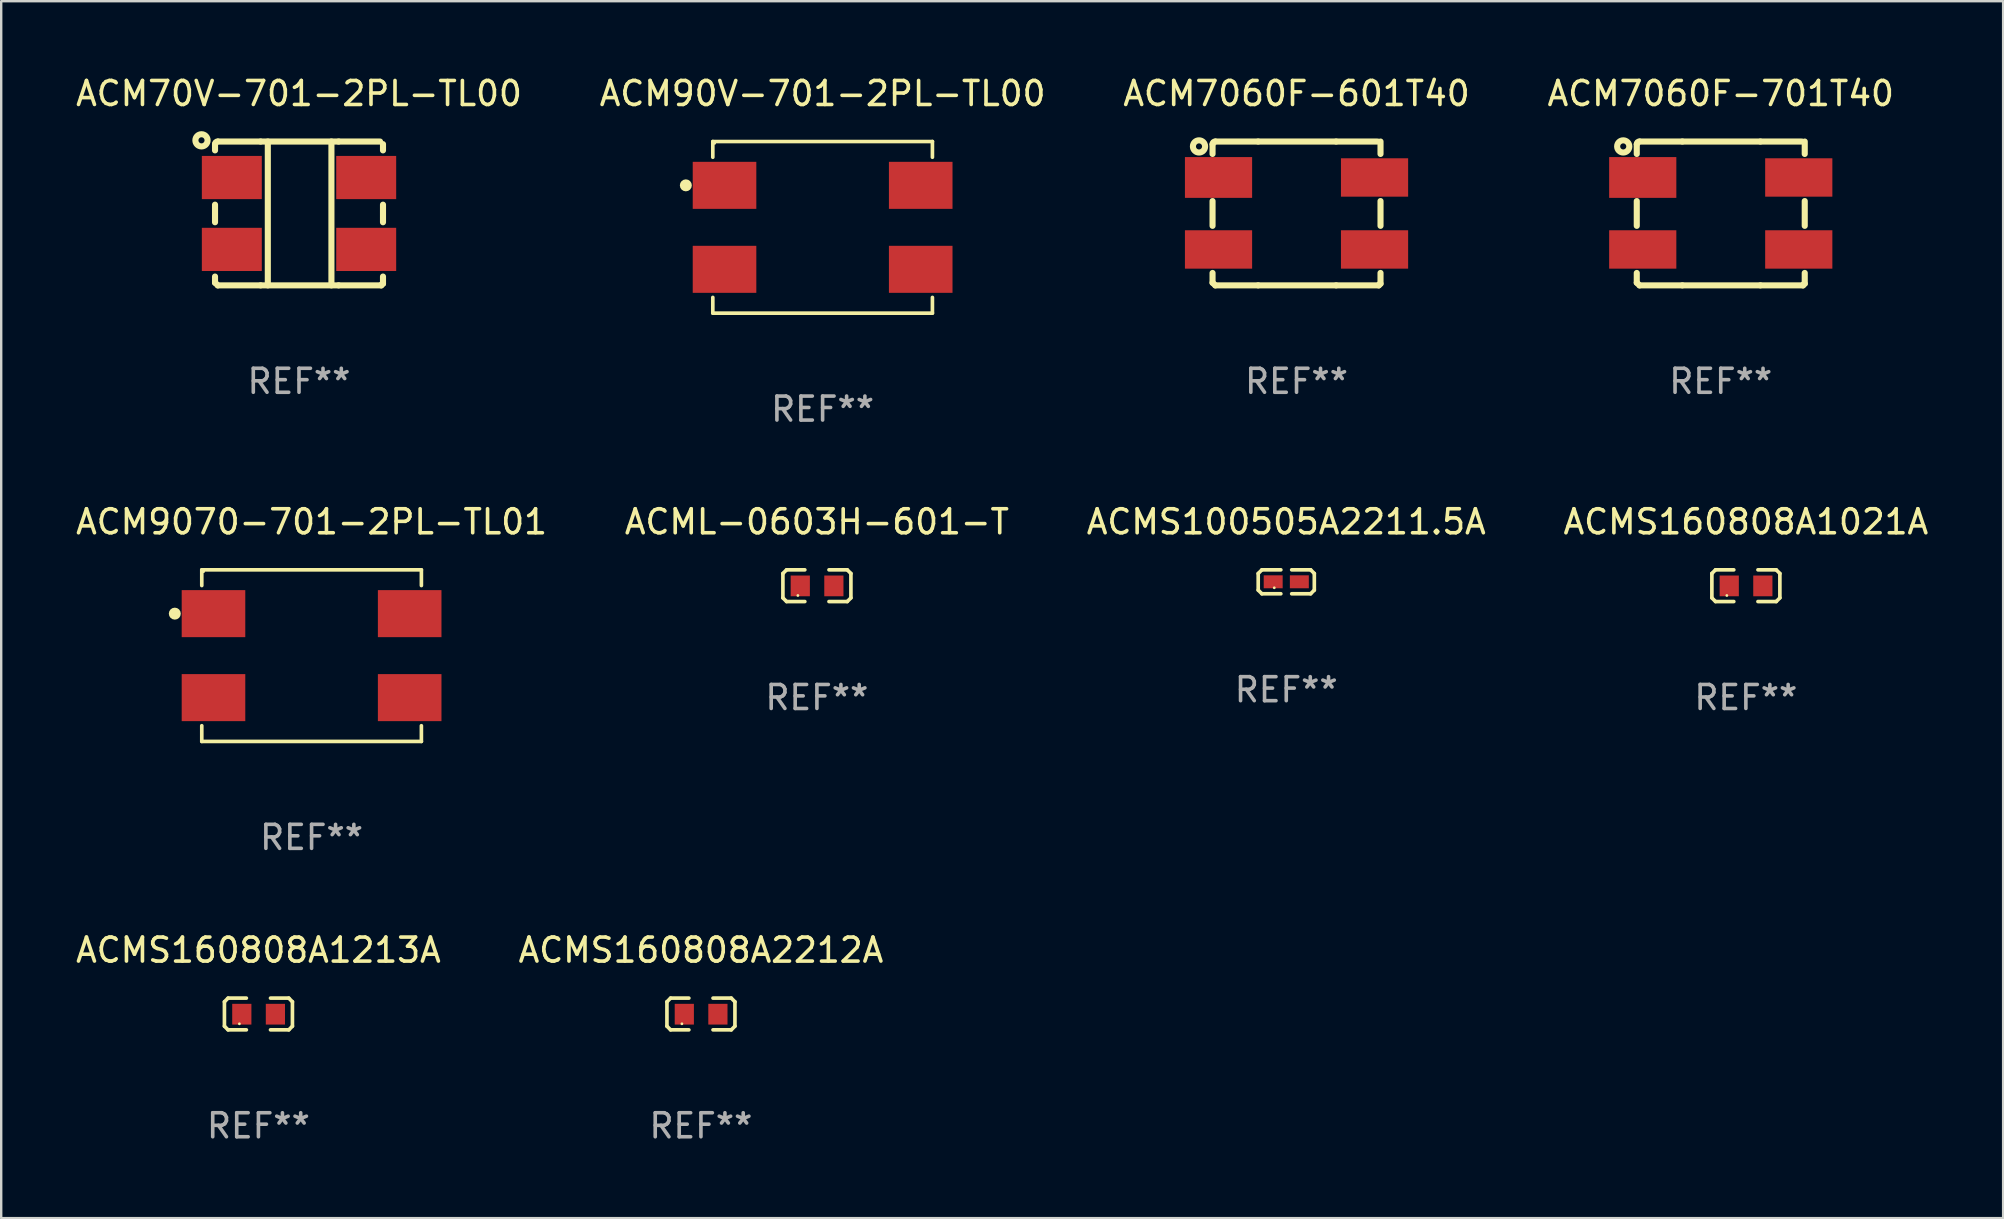
<source format=kicad_pcb>
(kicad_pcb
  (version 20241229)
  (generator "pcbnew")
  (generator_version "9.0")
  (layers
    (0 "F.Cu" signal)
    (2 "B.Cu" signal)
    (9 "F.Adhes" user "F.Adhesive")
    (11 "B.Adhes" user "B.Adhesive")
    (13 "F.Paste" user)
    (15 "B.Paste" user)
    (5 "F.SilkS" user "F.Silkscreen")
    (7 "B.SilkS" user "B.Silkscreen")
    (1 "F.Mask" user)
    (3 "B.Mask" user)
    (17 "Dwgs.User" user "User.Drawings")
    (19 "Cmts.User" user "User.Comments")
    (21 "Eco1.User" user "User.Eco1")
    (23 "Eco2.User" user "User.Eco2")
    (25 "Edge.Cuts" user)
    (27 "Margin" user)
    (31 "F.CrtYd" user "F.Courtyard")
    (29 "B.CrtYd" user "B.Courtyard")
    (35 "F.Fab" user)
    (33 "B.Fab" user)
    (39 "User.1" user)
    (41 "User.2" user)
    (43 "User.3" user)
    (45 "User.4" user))
  (footprint "ACMS100505A2211.5A"
    (layer "F.Cu")
    (at 50.554 21.196)
    (property "Reference" "ACMS100505A2211.5A" (at 0 -2.499 0) (layer "F.SilkS") (effects (font (size 1 1) (thickness 0.15))))
    (attr through_hole)
    (fp_line (start -1.169 -0.346) (end -1.016 -0.499) (stroke (width 0.152) (type solid)) (layer "F.SilkS"))
    (fp_line (start -1.169 0.346) (end -1.169 -0.346) (stroke (width 0.152) (type solid)) (layer "F.SilkS"))
    (fp_line (start -1.016 -0.499) (end -0.226 -0.499) (stroke (width 0.152) (type solid)) (layer "F.SilkS"))
    (fp_line (start -1.016 0.499) (end -1.169 0.346) (stroke (width 0.152) (type solid)) (layer "F.SilkS"))
    (fp_line (start -0.226 0.499) (end -1.016 0.499) (stroke (width 0.152) (type solid)) (layer "F.SilkS"))
    (fp_line (start 0.226 0.499) (end 1.016 0.499) (stroke (width 0.152) (type solid)) (layer "F.SilkS"))
    (fp_line (start 1.016 -0.499) (end 0.226 -0.499) (stroke (width 0.152) (type solid)) (layer "F.SilkS"))
    (fp_line (start 1.016 0.499) (end 1.169 0.346) (stroke (width 0.152) (type solid)) (layer "F.SilkS"))
    (fp_line (start 1.169 -0.346) (end 1.016 -0.499) (stroke (width 0.152) (type solid)) (layer "F.SilkS"))
    (fp_line (start 1.169 0.346) (end 1.169 -0.346) (stroke (width 0.152) (type solid)) (layer "F.SilkS"))
    (fp_circle (center -0.5 0.25) (end -0.47 0.25) (stroke (width 0.06) (type solid)) (fill no) (layer "F.SilkS"))
    (fp_text user "REF**" (at 0 4.499 0) (layer "F.Fab") (effects (font (size 1 1) (thickness 0.15))))
    (pad "1" smd rect (at -0.545 0) (size 0.79 0.54) (layers "F.Cu" "F.Mask" "F.Paste"))
    (pad "2" smd rect (at 0.545 0) (size 0.79 0.54) (layers "F.Cu" "F.Mask" "F.Paste")))
  (footprint "ACML-0603H-601-T"
    (layer "F.Cu")
    (at 30.994 21.358)
    (property "Reference" "ACML-0603H-601-T" (at 0 -2.661 0) (layer "F.SilkS") (effects (font (size 1 1) (thickness 0.15))))
    (attr through_hole)
    (fp_line (start -1.417 -0.508) (end -1.265 -0.661) (stroke (width 0.152) (type solid)) (layer "F.SilkS"))
    (fp_line (start -1.417 0.508) (end -1.417 -0.508) (stroke (width 0.152) (type solid)) (layer "F.SilkS"))
    (fp_line (start -1.265 -0.661) (end -0.503 -0.661) (stroke (width 0.152) (type solid)) (layer "F.SilkS"))
    (fp_line (start -1.265 0.661) (end -1.417 0.508) (stroke (width 0.152) (type solid)) (layer "F.SilkS"))
    (fp_line (start -1.265 0.661) (end -0.503 0.661) (stroke (width 0.152) (type solid)) (layer "F.SilkS"))
    (fp_line (start 1.265 -0.661) (end 0.503 -0.661) (stroke (width 0.152) (type solid)) (layer "F.SilkS"))
    (fp_line (start 1.265 -0.661) (end 1.417 -0.508) (stroke (width 0.152) (type solid)) (layer "F.SilkS"))
    (fp_line (start 1.265 0.661) (end 0.503 0.661) (stroke (width 0.152) (type solid)) (layer "F.SilkS"))
    (fp_line (start 1.417 -0.508) (end 1.417 0.508) (stroke (width 0.152) (type solid)) (layer "F.SilkS"))
    (fp_line (start 1.417 0.508) (end 1.265 0.661) (stroke (width 0.152) (type solid)) (layer "F.SilkS"))
    (fp_circle (center -0.793 0.409) (end -0.763 0.409) (stroke (width 0.06) (type solid)) (fill no) (layer "F.SilkS"))
    (fp_text user "REF**" (at 0 4.661 0) (layer "F.Fab") (effects (font (size 1 1) (thickness 0.15))))
    (pad "1" smd rect (at -0.693 0.009 180) (size 0.8 0.864) (layers "F.Cu" "F.Mask" "F.Paste"))
    (pad "2" smd rect (at 0.707 0.009 180) (size 0.8 0.864) (layers "F.Cu" "F.Mask" "F.Paste")))
  (footprint "ACM70V-701-2PL-TL00"
    (layer "F.Cu")
    (at 9.411 5.845)
    (property "Reference" "ACM70V-701-2PL-TL00" (at 0 -4.997 0) (layer "F.SilkS") (effects (font (size 1 1) (thickness 0.15))))
    (attr through_hole)
    (fp_line (start -3.5 -2.888) (end -3.5 -2.628) (stroke (width 0.254) (type solid)) (layer "F.SilkS"))
    (fp_line (start -3.5 -0.366) (end -3.5 0.367) (stroke (width 0.254) (type solid)) (layer "F.SilkS"))
    (fp_line (start -3.5 2.63) (end -3.5 2.888) (stroke (width 0.254) (type solid)) (layer "F.SilkS"))
    (fp_line (start -3.378 -2.997) (end -1.6 -2.997) (stroke (width 0.254) (type solid)) (layer "F.SilkS"))
    (fp_line (start -1.6 -2.997) (end 1.651 -2.997) (stroke (width 0.254) (type solid)) (layer "F.SilkS"))
    (fp_line (start -1.6 2.997) (end -3.378 2.997) (stroke (width 0.254) (type solid)) (layer "F.SilkS"))
    (fp_line (start -1.3 -2.997) (end -1.3 2.997) (stroke (width 0.254) (type solid)) (layer "F.SilkS"))
    (fp_line (start 1.351 -2.997) (end 1.351 2.997) (stroke (width 0.254) (type solid)) (layer "F.SilkS"))
    (fp_line (start 1.651 -2.997) (end 3.378 -2.997) (stroke (width 0.254) (type solid)) (layer "F.SilkS"))
    (fp_line (start 1.651 2.997) (end -1.6 2.997) (stroke (width 0.254) (type solid)) (layer "F.SilkS"))
    (fp_line (start 3.429 2.997) (end 1.651 2.997) (stroke (width 0.254) (type solid)) (layer "F.SilkS"))
    (fp_line (start 3.5 -2.888) (end 3.5 -2.628) (stroke (width 0.254) (type solid)) (layer "F.SilkS"))
    (fp_line (start 3.5 -0.366) (end 3.5 0.367) (stroke (width 0.254) (type solid)) (layer "F.SilkS"))
    (fp_line (start 3.5 2.63) (end 3.5 2.929) (stroke (width 0.254) (type solid)) (layer "F.SilkS"))
    (fp_arc (start -3.5 -2.888189) (mid -3.467264 -2.967257) (end -3.3882 -3) (stroke (width 0.254001) (type solid)) (layer "F.SilkS"))
    (fp_arc (start -3.5 2.888189) (mid -3.440711 2.940705) (end -3.3882 3) (stroke (width 0.254001) (type solid)) (layer "F.SilkS"))
    (fp_arc (start 3.4293 3) (mid 3.450071 2.950075) (end 3.5 2.929312) (stroke (width 0.254001) (type solid)) (layer "F.SilkS"))
    (fp_circle (center -4.064 -3.047) (end -3.81 -3.047) (stroke (width 0.254) (type solid)) (fill no) (layer "F.SilkS"))
    (fp_circle (center -3.5 -2.999) (end -3.47 -2.999) (stroke (width 0.06) (type solid)) (fill no) (layer "F.SilkS"))
    (fp_text user "REF**" (at 0 6.997 0) (layer "F.Fab") (effects (font (size 1 1) (thickness 0.15))))
    (pad "1" smd rect (at -2.8 -1.497) (size 2.499 1.8) (layers "F.Cu" "F.Mask" "F.Paste"))
    (pad "2" smd rect (at -2.8 1.499) (size 2.499 1.8) (layers "F.Cu" "F.Mask" "F.Paste"))
    (pad "3" smd rect (at 2.8 1.499) (size 2.499 1.8) (layers "F.Cu" "F.Mask" "F.Paste"))
    (pad "4" smd rect (at 2.8 -1.497) (size 2.499 1.8) (layers "F.Cu" "F.Mask" "F.Paste")))
  (footprint "ACMS160808A1213A"
    (layer "F.Cu")
    (at 7.72 39.207)
    (property "Reference" "ACMS160808A1213A" (at 0 -2.661 0) (layer "F.SilkS") (effects (font (size 1 1) (thickness 0.15))))
    (attr through_hole)
    (fp_line (start -1.417 -0.508) (end -1.265 -0.661) (stroke (width 0.152) (type solid)) (layer "F.SilkS"))
    (fp_line (start -1.417 0.508) (end -1.417 -0.508) (stroke (width 0.152) (type solid)) (layer "F.SilkS"))
    (fp_line (start -1.265 -0.661) (end -0.503 -0.661) (stroke (width 0.152) (type solid)) (layer "F.SilkS"))
    (fp_line (start -1.265 0.661) (end -1.417 0.508) (stroke (width 0.152) (type solid)) (layer "F.SilkS"))
    (fp_line (start -1.265 0.661) (end -0.503 0.661) (stroke (width 0.152) (type solid)) (layer "F.SilkS"))
    (fp_line (start 1.265 -0.661) (end 0.503 -0.661) (stroke (width 0.152) (type solid)) (layer "F.SilkS"))
    (fp_line (start 1.265 -0.661) (end 1.417 -0.508) (stroke (width 0.152) (type solid)) (layer "F.SilkS"))
    (fp_line (start 1.265 0.661) (end 0.503 0.661) (stroke (width 0.152) (type solid)) (layer "F.SilkS"))
    (fp_line (start 1.417 -0.508) (end 1.417 0.508) (stroke (width 0.152) (type solid)) (layer "F.SilkS"))
    (fp_line (start 1.417 0.508) (end 1.265 0.661) (stroke (width 0.152) (type solid)) (layer "F.SilkS"))
    (fp_circle (center -0.793 0.409) (end -0.763 0.409) (stroke (width 0.06) (type solid)) (fill no) (layer "F.SilkS"))
    (fp_text user "REF**" (at 0 4.661 0) (layer "F.Fab") (effects (font (size 1 1) (thickness 0.15))))
    (pad "1" smd rect (at -0.693 0.009 180) (size 0.8 0.864) (layers "F.Cu" "F.Mask" "F.Paste"))
    (pad "2" smd rect (at 0.707 0.009 180) (size 0.8 0.864) (layers "F.Cu" "F.Mask" "F.Paste")))
  (footprint "ACMS160808A1021A"
    (layer "F.Cu")
    (at 69.708 21.358)
    (property "Reference" "ACMS160808A1021A" (at 0 -2.661 0) (layer "F.SilkS") (effects (font (size 1 1) (thickness 0.15))))
    (attr through_hole)
    (fp_line (start -1.417 -0.508) (end -1.265 -0.661) (stroke (width 0.152) (type solid)) (layer "F.SilkS"))
    (fp_line (start -1.417 0.508) (end -1.417 -0.508) (stroke (width 0.152) (type solid)) (layer "F.SilkS"))
    (fp_line (start -1.265 -0.661) (end -0.503 -0.661) (stroke (width 0.152) (type solid)) (layer "F.SilkS"))
    (fp_line (start -1.265 0.661) (end -1.417 0.508) (stroke (width 0.152) (type solid)) (layer "F.SilkS"))
    (fp_line (start -1.265 0.661) (end -0.503 0.661) (stroke (width 0.152) (type solid)) (layer "F.SilkS"))
    (fp_line (start 1.265 -0.661) (end 0.503 -0.661) (stroke (width 0.152) (type solid)) (layer "F.SilkS"))
    (fp_line (start 1.265 -0.661) (end 1.417 -0.508) (stroke (width 0.152) (type solid)) (layer "F.SilkS"))
    (fp_line (start 1.265 0.661) (end 0.503 0.661) (stroke (width 0.152) (type solid)) (layer "F.SilkS"))
    (fp_line (start 1.417 -0.508) (end 1.417 0.508) (stroke (width 0.152) (type solid)) (layer "F.SilkS"))
    (fp_line (start 1.417 0.508) (end 1.265 0.661) (stroke (width 0.152) (type solid)) (layer "F.SilkS"))
    (fp_circle (center -0.793 0.409) (end -0.763 0.409) (stroke (width 0.06) (type solid)) (fill no) (layer "F.SilkS"))
    (fp_text user "REF**" (at 0 4.661 0) (layer "F.Fab") (effects (font (size 1 1) (thickness 0.15))))
    (pad "1" smd rect (at -0.693 0.009 180) (size 0.8 0.864) (layers "F.Cu" "F.Mask" "F.Paste"))
    (pad "2" smd rect (at 0.707 0.009 180) (size 0.8 0.864) (layers "F.Cu" "F.Mask" "F.Paste")))
  (footprint "ACM90V-701-2PL-TL00"
    (layer "F.Cu")
    (at 31.232 6.424)
    (property "Reference" "ACM90V-701-2PL-TL00" (at 0 -5.576 0) (layer "F.SilkS") (effects (font (size 1 1) (thickness 0.15))))
    (attr through_hole)
    (fp_line (start -4.576 -3.576) (end 4.576 -3.576) (stroke (width 0.152) (type solid)) (layer "F.SilkS"))
    (fp_line (start -4.576 -2.921) (end -4.576 -3.576) (stroke (width 0.152) (type solid)) (layer "F.SilkS"))
    (fp_line (start -4.576 2.921) (end -4.576 3.576) (stroke (width 0.152) (type solid)) (layer "F.SilkS"))
    (fp_line (start -4.576 3.576) (end 4.576 3.576) (stroke (width 0.152) (type solid)) (layer "F.SilkS"))
    (fp_line (start 4.576 -3.576) (end 4.576 -2.921) (stroke (width 0.152) (type solid)) (layer "F.SilkS"))
    (fp_line (start 4.576 3.576) (end 4.576 2.921) (stroke (width 0.152) (type solid)) (layer "F.SilkS"))
    (fp_circle (center -5.7 -1.75) (end -5.575 -1.75) (stroke (width 0.25) (type solid)) (fill no) (layer "F.SilkS"))
    (fp_circle (center -4.5 -3.5) (end -4.47 -3.5) (stroke (width 0.06) (type solid)) (fill no) (layer "F.SilkS"))
    (fp_text user "REF**" (at 0 7.576 0) (layer "F.Fab") (effects (font (size 1 1) (thickness 0.15))))
    (pad "1" smd rect (at -4.088 -1.75 270) (size 1.96 2.65) (layers "F.Cu" "F.Mask" "F.Paste"))
    (pad "2" smd rect (at -4.088 1.75 270) (size 1.96 2.65) (layers "F.Cu" "F.Mask" "F.Paste"))
    (pad "3" smd rect (at 4.088 1.75 270) (size 1.96 2.65) (layers "F.Cu" "F.Mask" "F.Paste"))
    (pad "4" smd rect (at 4.088 -1.75 270) (size 1.96 2.65) (layers "F.Cu" "F.Mask" "F.Paste")))
  (footprint "ACM7060F-701T40"
    (layer "F.Cu")
    (at 68.661 5.845)
    (property "Reference" "ACM7060F-701T40" (at 0 -4.997 0) (layer "F.SilkS") (effects (font (size 1 1) (thickness 0.15))))
    (attr through_hole)
    (fp_line (start -3.5 -2.888) (end -3.5 -2.479) (stroke (width 0.254) (type solid)) (layer "F.SilkS"))
    (fp_line (start -3.5 -0.516) (end -3.5 0.517) (stroke (width 0.254) (type solid)) (layer "F.SilkS"))
    (fp_line (start -3.5 2.48) (end -3.5 2.888) (stroke (width 0.254) (type solid)) (layer "F.SilkS"))
    (fp_line (start -3.378 -2.997) (end -1.6 -2.997) (stroke (width 0.254) (type solid)) (layer "F.SilkS"))
    (fp_line (start -1.6 -2.997) (end 1.651 -2.997) (stroke (width 0.254) (type solid)) (layer "F.SilkS"))
    (fp_line (start -1.6 2.997) (end -3.378 2.997) (stroke (width 0.254) (type solid)) (layer "F.SilkS"))
    (fp_line (start 1.651 -2.997) (end 3.378 -2.997) (stroke (width 0.254) (type solid)) (layer "F.SilkS"))
    (fp_line (start 1.651 2.997) (end -1.6 2.997) (stroke (width 0.254) (type solid)) (layer "F.SilkS"))
    (fp_line (start 3.429 2.997) (end 1.651 2.997) (stroke (width 0.254) (type solid)) (layer "F.SilkS"))
    (fp_line (start 3.5 -2.479) (end 3.5 -2.997) (stroke (width 0.254) (type solid)) (layer "F.SilkS"))
    (fp_line (start 3.5 0.517) (end 3.5 -0.516) (stroke (width 0.254) (type solid)) (layer "F.SilkS"))
    (fp_line (start 3.5 2.929) (end 3.5 2.48) (stroke (width 0.254) (type solid)) (layer "F.SilkS"))
    (fp_arc (start -3.5 -2.888189) (mid -3.467264 -2.967257) (end -3.3882 -3) (stroke (width 0.254001) (type solid)) (layer "F.SilkS"))
    (fp_arc (start -3.5 2.888189) (mid -3.440711 2.940705) (end -3.3882 3) (stroke (width 0.254001) (type solid)) (layer "F.SilkS"))
    (fp_arc (start 3.4293 3) (mid 3.450071 2.950075) (end 3.5 2.929312) (stroke (width 0.254001) (type solid)) (layer "F.SilkS"))
    (fp_circle (center -4.064 -2.793) (end -3.81 -2.793) (stroke (width 0.254) (type solid)) (fill no) (layer "F.SilkS"))
    (fp_circle (center -3.5 -2.999) (end -3.47 -2.999) (stroke (width 0.06) (type solid)) (fill no) (layer "F.SilkS"))
    (fp_text user "REF**" (at 0 6.997 0) (layer "F.Fab") (effects (font (size 1 1) (thickness 0.15))))
    (pad "1" smd rect (at -3.251 -1.499) (size 2.8 1.7) (layers "F.Cu" "F.Mask" "F.Paste"))
    (pad "2" smd rect (at -3.251 1.501) (size 2.8 1.6) (layers "F.Cu" "F.Mask" "F.Paste"))
    (pad "3" smd rect (at 3.251 1.501) (size 2.8 1.6) (layers "F.Cu" "F.Mask" "F.Paste"))
    (pad "4" smd rect (at 3.251 -1.499) (size 2.8 1.6) (layers "F.Cu" "F.Mask" "F.Paste")))
  (footprint "ACMS160808A2212A"
    (layer "F.Cu")
    (at 26.161 39.207)
    (property "Reference" "ACMS160808A2212A" (at 0 -2.661 0) (layer "F.SilkS") (effects (font (size 1 1) (thickness 0.15))))
    (attr through_hole)
    (fp_line (start -1.417 -0.508) (end -1.265 -0.661) (stroke (width 0.152) (type solid)) (layer "F.SilkS"))
    (fp_line (start -1.417 0.508) (end -1.417 -0.508) (stroke (width 0.152) (type solid)) (layer "F.SilkS"))
    (fp_line (start -1.265 -0.661) (end -0.503 -0.661) (stroke (width 0.152) (type solid)) (layer "F.SilkS"))
    (fp_line (start -1.265 0.661) (end -1.417 0.508) (stroke (width 0.152) (type solid)) (layer "F.SilkS"))
    (fp_line (start -1.265 0.661) (end -0.503 0.661) (stroke (width 0.152) (type solid)) (layer "F.SilkS"))
    (fp_line (start 1.265 -0.661) (end 0.503 -0.661) (stroke (width 0.152) (type solid)) (layer "F.SilkS"))
    (fp_line (start 1.265 -0.661) (end 1.417 -0.508) (stroke (width 0.152) (type solid)) (layer "F.SilkS"))
    (fp_line (start 1.265 0.661) (end 0.503 0.661) (stroke (width 0.152) (type solid)) (layer "F.SilkS"))
    (fp_line (start 1.417 -0.508) (end 1.417 0.508) (stroke (width 0.152) (type solid)) (layer "F.SilkS"))
    (fp_line (start 1.417 0.508) (end 1.265 0.661) (stroke (width 0.152) (type solid)) (layer "F.SilkS"))
    (fp_circle (center -0.793 0.409) (end -0.763 0.409) (stroke (width 0.06) (type solid)) (fill no) (layer "F.SilkS"))
    (fp_text user "REF**" (at 0 4.661 0) (layer "F.Fab") (effects (font (size 1 1) (thickness 0.15))))
    (pad "1" smd rect (at -0.693 0.009 180) (size 0.8 0.864) (layers "F.Cu" "F.Mask" "F.Paste"))
    (pad "2" smd rect (at 0.707 0.009 180) (size 0.8 0.864) (layers "F.Cu" "F.Mask" "F.Paste")))
  (footprint "ACM7060F-601T40"
    (layer "F.Cu")
    (at 50.982 5.845)
    (property "Reference" "ACM7060F-601T40" (at 0 -4.997 0) (layer "F.SilkS") (effects (font (size 1 1) (thickness 0.15))))
    (attr through_hole)
    (fp_line (start -3.5 -2.888) (end -3.5 -2.479) (stroke (width 0.254) (type solid)) (layer "F.SilkS"))
    (fp_line (start -3.5 -0.516) (end -3.5 0.517) (stroke (width 0.254) (type solid)) (layer "F.SilkS"))
    (fp_line (start -3.5 2.48) (end -3.5 2.888) (stroke (width 0.254) (type solid)) (layer "F.SilkS"))
    (fp_line (start -3.378 -2.997) (end -1.6 -2.997) (stroke (width 0.254) (type solid)) (layer "F.SilkS"))
    (fp_line (start -1.6 -2.997) (end 1.651 -2.997) (stroke (width 0.254) (type solid)) (layer "F.SilkS"))
    (fp_line (start -1.6 2.997) (end -3.378 2.997) (stroke (width 0.254) (type solid)) (layer "F.SilkS"))
    (fp_line (start 1.651 -2.997) (end 3.378 -2.997) (stroke (width 0.254) (type solid)) (layer "F.SilkS"))
    (fp_line (start 1.651 2.997) (end -1.6 2.997) (stroke (width 0.254) (type solid)) (layer "F.SilkS"))
    (fp_line (start 3.429 2.997) (end 1.651 2.997) (stroke (width 0.254) (type solid)) (layer "F.SilkS"))
    (fp_line (start 3.5 -2.479) (end 3.5 -2.997) (stroke (width 0.254) (type solid)) (layer "F.SilkS"))
    (fp_line (start 3.5 0.517) (end 3.5 -0.516) (stroke (width 0.254) (type solid)) (layer "F.SilkS"))
    (fp_line (start 3.5 2.929) (end 3.5 2.48) (stroke (width 0.254) (type solid)) (layer "F.SilkS"))
    (fp_arc (start -3.5 -2.888189) (mid -3.467264 -2.967257) (end -3.3882 -3) (stroke (width 0.254001) (type solid)) (layer "F.SilkS"))
    (fp_arc (start -3.5 2.888189) (mid -3.440711 2.940705) (end -3.3882 3) (stroke (width 0.254001) (type solid)) (layer "F.SilkS"))
    (fp_arc (start 3.4293 3) (mid 3.450071 2.950075) (end 3.5 2.929312) (stroke (width 0.254001) (type solid)) (layer "F.SilkS"))
    (fp_circle (center -4.064 -2.793) (end -3.81 -2.793) (stroke (width 0.254) (type solid)) (fill no) (layer "F.SilkS"))
    (fp_circle (center -3.5 -2.999) (end -3.47 -2.999) (stroke (width 0.06) (type solid)) (fill no) (layer "F.SilkS"))
    (fp_text user "REF**" (at 0 6.997 0) (layer "F.Fab") (effects (font (size 1 1) (thickness 0.15))))
    (pad "1" smd rect (at -3.251 -1.499) (size 2.8 1.7) (layers "F.Cu" "F.Mask" "F.Paste"))
    (pad "2" smd rect (at -3.251 1.501) (size 2.8 1.6) (layers "F.Cu" "F.Mask" "F.Paste"))
    (pad "3" smd rect (at 3.251 1.501) (size 2.8 1.6) (layers "F.Cu" "F.Mask" "F.Paste"))
    (pad "4" smd rect (at 3.251 -1.499) (size 2.8 1.6) (layers "F.Cu" "F.Mask" "F.Paste")))
  (footprint "ACM9070-701-2PL-TL01"
    (layer "F.Cu")
    (at 9.935 24.273)
    (property "Reference" "ACM9070-701-2PL-TL01" (at 0 -5.576 0) (layer "F.SilkS") (effects (font (size 1 1) (thickness 0.15))))
    (attr through_hole)
    (fp_line (start -4.576 -3.576) (end 4.576 -3.576) (stroke (width 0.152) (type solid)) (layer "F.SilkS"))
    (fp_line (start -4.576 -2.921) (end -4.576 -3.576) (stroke (width 0.152) (type solid)) (layer "F.SilkS"))
    (fp_line (start -4.576 2.921) (end -4.576 3.576) (stroke (width 0.152) (type solid)) (layer "F.SilkS"))
    (fp_line (start -4.576 3.576) (end 4.576 3.576) (stroke (width 0.152) (type solid)) (layer "F.SilkS"))
    (fp_line (start 4.576 -3.576) (end 4.576 -2.921) (stroke (width 0.152) (type solid)) (layer "F.SilkS"))
    (fp_line (start 4.576 3.576) (end 4.576 2.921) (stroke (width 0.152) (type solid)) (layer "F.SilkS"))
    (fp_circle (center -5.7 -1.75) (end -5.575 -1.75) (stroke (width 0.25) (type solid)) (fill no) (layer "F.SilkS"))
    (fp_circle (center -4.5 -3.5) (end -4.47 -3.5) (stroke (width 0.06) (type solid)) (fill no) (layer "F.SilkS"))
    (fp_text user "REF**" (at 0 7.576 0) (layer "F.Fab") (effects (font (size 1 1) (thickness 0.15))))
    (pad "1" smd rect (at -4.088 -1.75 270) (size 1.96 2.65) (layers "F.Cu" "F.Mask" "F.Paste"))
    (pad "2" smd rect (at -4.088 1.75 270) (size 1.96 2.65) (layers "F.Cu" "F.Mask" "F.Paste"))
    (pad "3" smd rect (at 4.088 1.75 270) (size 1.96 2.65) (layers "F.Cu" "F.Mask" "F.Paste"))
    (pad "4" smd rect (at 4.088 -1.75 270) (size 1.96 2.65) (layers "F.Cu" "F.Mask" "F.Paste")))
  (gr_rect
    (start -3 -3)
    (end 80.429 47.716)
    (stroke (width 0.1) (type default))
    (fill no)
    (layer "Edge.Cuts")))
</source>
